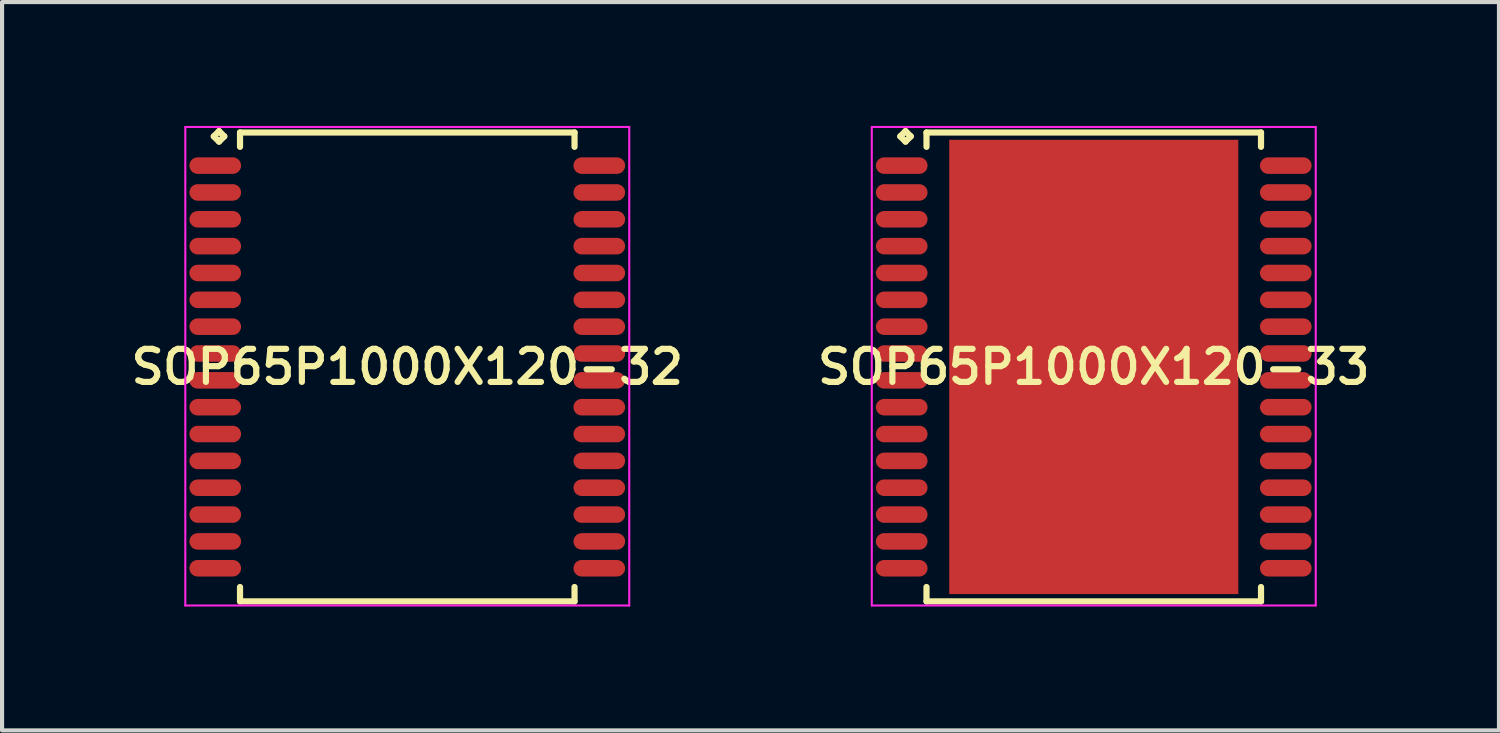
<source format=kicad_pcb>
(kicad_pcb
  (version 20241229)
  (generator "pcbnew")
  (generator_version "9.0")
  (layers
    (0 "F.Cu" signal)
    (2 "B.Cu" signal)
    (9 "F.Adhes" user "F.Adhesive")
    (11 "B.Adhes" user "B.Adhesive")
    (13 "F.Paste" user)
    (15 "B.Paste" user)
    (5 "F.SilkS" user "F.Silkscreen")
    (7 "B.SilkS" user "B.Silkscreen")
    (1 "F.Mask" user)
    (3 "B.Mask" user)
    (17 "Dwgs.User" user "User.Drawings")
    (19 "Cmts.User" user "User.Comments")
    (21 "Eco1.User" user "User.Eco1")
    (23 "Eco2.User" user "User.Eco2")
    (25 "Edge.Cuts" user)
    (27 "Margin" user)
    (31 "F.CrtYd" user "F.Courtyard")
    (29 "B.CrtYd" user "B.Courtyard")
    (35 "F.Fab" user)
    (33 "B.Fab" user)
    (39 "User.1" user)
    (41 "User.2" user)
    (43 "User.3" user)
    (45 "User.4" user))
  (footprint "SOP65P1000X120-33"
    (layer "F.Cu")
    (at 23.435 5.835)
    (property "Reference" "SOP65P1000X120-33" (at 0 0 0) (layer "F.SilkS") (effects (font (size 0.8 0.8) (thickness 0.15))))
    (attr smd)
    (fp_line (start -4.685 -5.583) (end -4.558 -5.71) (stroke (width 0.15) (type solid)) (layer "F.SilkS"))
    (fp_line (start -4.558 -5.71) (end -4.431 -5.583) (stroke (width 0.15) (type solid)) (layer "F.SilkS"))
    (fp_line (start -4.558 -5.456) (end -4.685 -5.583) (stroke (width 0.15) (type solid)) (layer "F.SilkS"))
    (fp_line (start -4.431 -5.583) (end -4.558 -5.456) (stroke (width 0.15) (type solid)) (layer "F.SilkS"))
    (fp_line (start -4.05 -5.677) (end 4.05 -5.677) (stroke (width 0.15) (type solid)) (layer "F.SilkS"))
    (fp_line (start -4.05 -5.329) (end -4.05 -5.677) (stroke (width 0.15) (type solid)) (layer "F.SilkS"))
    (fp_line (start -4.05 5.329) (end -4.05 5.677) (stroke (width 0.15) (type solid)) (layer "F.SilkS"))
    (fp_line (start -4.05 5.677) (end 4.05 5.677) (stroke (width 0.15) (type solid)) (layer "F.SilkS"))
    (fp_line (start 4.05 -5.677) (end 4.05 -5.329) (stroke (width 0.15) (type solid)) (layer "F.SilkS"))
    (fp_line (start 4.05 5.677) (end 4.05 5.329) (stroke (width 0.15) (type solid)) (layer "F.SilkS"))
    (fp_line (start -5.375 -5.81) (end 5.375 -5.81) (stroke (width 0.05) (type solid)) (layer "F.CrtYd"))
    (fp_line (start -5.375 5.777) (end -5.375 -5.81) (stroke (width 0.05) (type solid)) (layer "F.CrtYd"))
    (fp_line (start 5.375 -5.81) (end 5.375 5.777) (stroke (width 0.05) (type solid)) (layer "F.CrtYd"))
    (fp_line (start 5.375 5.777) (end -5.375 5.777) (stroke (width 0.05) (type solid)) (layer "F.CrtYd"))
    (pad "1" smd oval (at -4.65 -4.875) (size 1.25 0.4) (layers "F.Cu" "F.Mask" "F.Paste"))
    (pad "2" smd oval (at -4.65 -4.225) (size 1.25 0.4) (layers "F.Cu" "F.Mask" "F.Paste"))
    (pad "3" smd oval (at -4.65 -3.575) (size 1.25 0.4) (layers "F.Cu" "F.Mask" "F.Paste"))
    (pad "4" smd oval (at -4.65 -2.925) (size 1.25 0.4) (layers "F.Cu" "F.Mask" "F.Paste"))
    (pad "5" smd oval (at -4.65 -2.275) (size 1.25 0.4) (layers "F.Cu" "F.Mask" "F.Paste"))
    (pad "6" smd oval (at -4.65 -1.625) (size 1.25 0.4) (layers "F.Cu" "F.Mask" "F.Paste"))
    (pad "7" smd oval (at -4.65 -0.975) (size 1.25 0.4) (layers "F.Cu" "F.Mask" "F.Paste"))
    (pad "8" smd oval (at -4.65 -0.325) (size 1.25 0.4) (layers "F.Cu" "F.Mask" "F.Paste"))
    (pad "9" smd oval (at -4.65 0.325) (size 1.25 0.4) (layers "F.Cu" "F.Mask" "F.Paste"))
    (pad "10" smd oval (at -4.65 0.975) (size 1.25 0.4) (layers "F.Cu" "F.Mask" "F.Paste"))
    (pad "11" smd oval (at -4.65 1.625) (size 1.25 0.4) (layers "F.Cu" "F.Mask" "F.Paste"))
    (pad "12" smd oval (at -4.65 2.275) (size 1.25 0.4) (layers "F.Cu" "F.Mask" "F.Paste"))
    (pad "13" smd oval (at -4.65 2.925) (size 1.25 0.4) (layers "F.Cu" "F.Mask" "F.Paste"))
    (pad "14" smd oval (at -4.65 3.575) (size 1.25 0.4) (layers "F.Cu" "F.Mask" "F.Paste"))
    (pad "15" smd oval (at -4.65 4.225) (size 1.25 0.4) (layers "F.Cu" "F.Mask" "F.Paste"))
    (pad "16" smd oval (at -4.65 4.875) (size 1.25 0.4) (layers "F.Cu" "F.Mask" "F.Paste"))
    (pad "17" smd oval (at 4.65 4.875) (size 1.25 0.4) (layers "F.Cu" "F.Mask" "F.Paste"))
    (pad "18" smd oval (at 4.65 4.225) (size 1.25 0.4) (layers "F.Cu" "F.Mask" "F.Paste"))
    (pad "19" smd oval (at 4.65 3.575) (size 1.25 0.4) (layers "F.Cu" "F.Mask" "F.Paste"))
    (pad "20" smd oval (at 4.65 2.925) (size 1.25 0.4) (layers "F.Cu" "F.Mask" "F.Paste"))
    (pad "21" smd oval (at 4.65 2.275) (size 1.25 0.4) (layers "F.Cu" "F.Mask" "F.Paste"))
    (pad "22" smd oval (at 4.65 1.625) (size 1.25 0.4) (layers "F.Cu" "F.Mask" "F.Paste"))
    (pad "23" smd oval (at 4.65 0.975) (size 1.25 0.4) (layers "F.Cu" "F.Mask" "F.Paste"))
    (pad "24" smd oval (at 4.65 0.325) (size 1.25 0.4) (layers "F.Cu" "F.Mask" "F.Paste"))
    (pad "25" smd oval (at 4.65 -0.325) (size 1.25 0.4) (layers "F.Cu" "F.Mask" "F.Paste"))
    (pad "26" smd oval (at 4.65 -0.975) (size 1.25 0.4) (layers "F.Cu" "F.Mask" "F.Paste"))
    (pad "27" smd oval (at 4.65 -1.625) (size 1.25 0.4) (layers "F.Cu" "F.Mask" "F.Paste"))
    (pad "28" smd oval (at 4.65 -2.275) (size 1.25 0.4) (layers "F.Cu" "F.Mask" "F.Paste"))
    (pad "29" smd oval (at 4.65 -2.925) (size 1.25 0.4) (layers "F.Cu" "F.Mask" "F.Paste"))
    (pad "30" smd oval (at 4.65 -3.575) (size 1.25 0.4) (layers "F.Cu" "F.Mask" "F.Paste"))
    (pad "31" smd oval (at 4.65 -4.225) (size 1.25 0.4) (layers "F.Cu" "F.Mask" "F.Paste"))
    (pad "32" smd oval (at 4.65 -4.875) (size 1.25 0.4) (layers "F.Cu" "F.Mask" "F.Paste"))
    (pad "33" smd rect (at 0 0) (size 7 11) (layers "F.Cu" "F.Mask" "F.Paste")))
  (footprint "SOP65P1000X120-32"
    (layer "F.Cu")
    (at 6.812 5.835)
    (property "Reference" "SOP65P1000X120-32" (at 0 0 0) (layer "F.SilkS") (effects (font (size 0.8 0.8) (thickness 0.15))))
    (attr smd)
    (fp_line (start -4.685 -5.583) (end -4.558 -5.71) (stroke (width 0.15) (type solid)) (layer "F.SilkS"))
    (fp_line (start -4.558 -5.71) (end -4.431 -5.583) (stroke (width 0.15) (type solid)) (layer "F.SilkS"))
    (fp_line (start -4.558 -5.456) (end -4.685 -5.583) (stroke (width 0.15) (type solid)) (layer "F.SilkS"))
    (fp_line (start -4.431 -5.583) (end -4.558 -5.456) (stroke (width 0.15) (type solid)) (layer "F.SilkS"))
    (fp_line (start -4.05 -5.677) (end 4.05 -5.677) (stroke (width 0.15) (type solid)) (layer "F.SilkS"))
    (fp_line (start -4.05 -5.329) (end -4.05 -5.677) (stroke (width 0.15) (type solid)) (layer "F.SilkS"))
    (fp_line (start -4.05 5.329) (end -4.05 5.677) (stroke (width 0.15) (type solid)) (layer "F.SilkS"))
    (fp_line (start -4.05 5.677) (end 4.05 5.677) (stroke (width 0.15) (type solid)) (layer "F.SilkS"))
    (fp_line (start 4.05 -5.677) (end 4.05 -5.329) (stroke (width 0.15) (type solid)) (layer "F.SilkS"))
    (fp_line (start 4.05 5.677) (end 4.05 5.329) (stroke (width 0.15) (type solid)) (layer "F.SilkS"))
    (fp_line (start -5.375 -5.81) (end 5.375 -5.81) (stroke (width 0.05) (type solid)) (layer "F.CrtYd"))
    (fp_line (start -5.375 5.777) (end -5.375 -5.81) (stroke (width 0.05) (type solid)) (layer "F.CrtYd"))
    (fp_line (start 5.375 -5.81) (end 5.375 5.777) (stroke (width 0.05) (type solid)) (layer "F.CrtYd"))
    (fp_line (start 5.375 5.777) (end -5.375 5.777) (stroke (width 0.05) (type solid)) (layer "F.CrtYd"))
    (pad "1" smd oval (at -4.65 -4.875) (size 1.25 0.4) (layers "F.Cu" "F.Mask" "F.Paste"))
    (pad "2" smd oval (at -4.65 -4.225) (size 1.25 0.4) (layers "F.Cu" "F.Mask" "F.Paste"))
    (pad "3" smd oval (at -4.65 -3.575) (size 1.25 0.4) (layers "F.Cu" "F.Mask" "F.Paste"))
    (pad "4" smd oval (at -4.65 -2.925) (size 1.25 0.4) (layers "F.Cu" "F.Mask" "F.Paste"))
    (pad "5" smd oval (at -4.65 -2.275) (size 1.25 0.4) (layers "F.Cu" "F.Mask" "F.Paste"))
    (pad "6" smd oval (at -4.65 -1.625) (size 1.25 0.4) (layers "F.Cu" "F.Mask" "F.Paste"))
    (pad "7" smd oval (at -4.65 -0.975) (size 1.25 0.4) (layers "F.Cu" "F.Mask" "F.Paste"))
    (pad "8" smd oval (at -4.65 -0.325) (size 1.25 0.4) (layers "F.Cu" "F.Mask" "F.Paste"))
    (pad "9" smd oval (at -4.65 0.325) (size 1.25 0.4) (layers "F.Cu" "F.Mask" "F.Paste"))
    (pad "10" smd oval (at -4.65 0.975) (size 1.25 0.4) (layers "F.Cu" "F.Mask" "F.Paste"))
    (pad "11" smd oval (at -4.65 1.625) (size 1.25 0.4) (layers "F.Cu" "F.Mask" "F.Paste"))
    (pad "12" smd oval (at -4.65 2.275) (size 1.25 0.4) (layers "F.Cu" "F.Mask" "F.Paste"))
    (pad "13" smd oval (at -4.65 2.925) (size 1.25 0.4) (layers "F.Cu" "F.Mask" "F.Paste"))
    (pad "14" smd oval (at -4.65 3.575) (size 1.25 0.4) (layers "F.Cu" "F.Mask" "F.Paste"))
    (pad "15" smd oval (at -4.65 4.225) (size 1.25 0.4) (layers "F.Cu" "F.Mask" "F.Paste"))
    (pad "16" smd oval (at -4.65 4.875) (size 1.25 0.4) (layers "F.Cu" "F.Mask" "F.Paste"))
    (pad "17" smd oval (at 4.65 4.875) (size 1.25 0.4) (layers "F.Cu" "F.Mask" "F.Paste"))
    (pad "18" smd oval (at 4.65 4.225) (size 1.25 0.4) (layers "F.Cu" "F.Mask" "F.Paste"))
    (pad "19" smd oval (at 4.65 3.575) (size 1.25 0.4) (layers "F.Cu" "F.Mask" "F.Paste"))
    (pad "20" smd oval (at 4.65 2.925) (size 1.25 0.4) (layers "F.Cu" "F.Mask" "F.Paste"))
    (pad "21" smd oval (at 4.65 2.275) (size 1.25 0.4) (layers "F.Cu" "F.Mask" "F.Paste"))
    (pad "22" smd oval (at 4.65 1.625) (size 1.25 0.4) (layers "F.Cu" "F.Mask" "F.Paste"))
    (pad "23" smd oval (at 4.65 0.975) (size 1.25 0.4) (layers "F.Cu" "F.Mask" "F.Paste"))
    (pad "24" smd oval (at 4.65 0.325) (size 1.25 0.4) (layers "F.Cu" "F.Mask" "F.Paste"))
    (pad "25" smd oval (at 4.65 -0.325) (size 1.25 0.4) (layers "F.Cu" "F.Mask" "F.Paste"))
    (pad "26" smd oval (at 4.65 -0.975) (size 1.25 0.4) (layers "F.Cu" "F.Mask" "F.Paste"))
    (pad "27" smd oval (at 4.65 -1.625) (size 1.25 0.4) (layers "F.Cu" "F.Mask" "F.Paste"))
    (pad "28" smd oval (at 4.65 -2.275) (size 1.25 0.4) (layers "F.Cu" "F.Mask" "F.Paste"))
    (pad "29" smd oval (at 4.65 -2.925) (size 1.25 0.4) (layers "F.Cu" "F.Mask" "F.Paste"))
    (pad "30" smd oval (at 4.65 -3.575) (size 1.25 0.4) (layers "F.Cu" "F.Mask" "F.Paste"))
    (pad "31" smd oval (at 4.65 -4.225) (size 1.25 0.4) (layers "F.Cu" "F.Mask" "F.Paste"))
    (pad "32" smd oval (at 4.65 -4.875) (size 1.25 0.4) (layers "F.Cu" "F.Mask" "F.Paste")))
  (gr_rect
    (start -3 -3)
    (end 33.247 14.637)
    (stroke (width 0.1) (type default))
    (fill no)
    (layer "Edge.Cuts")))
</source>
